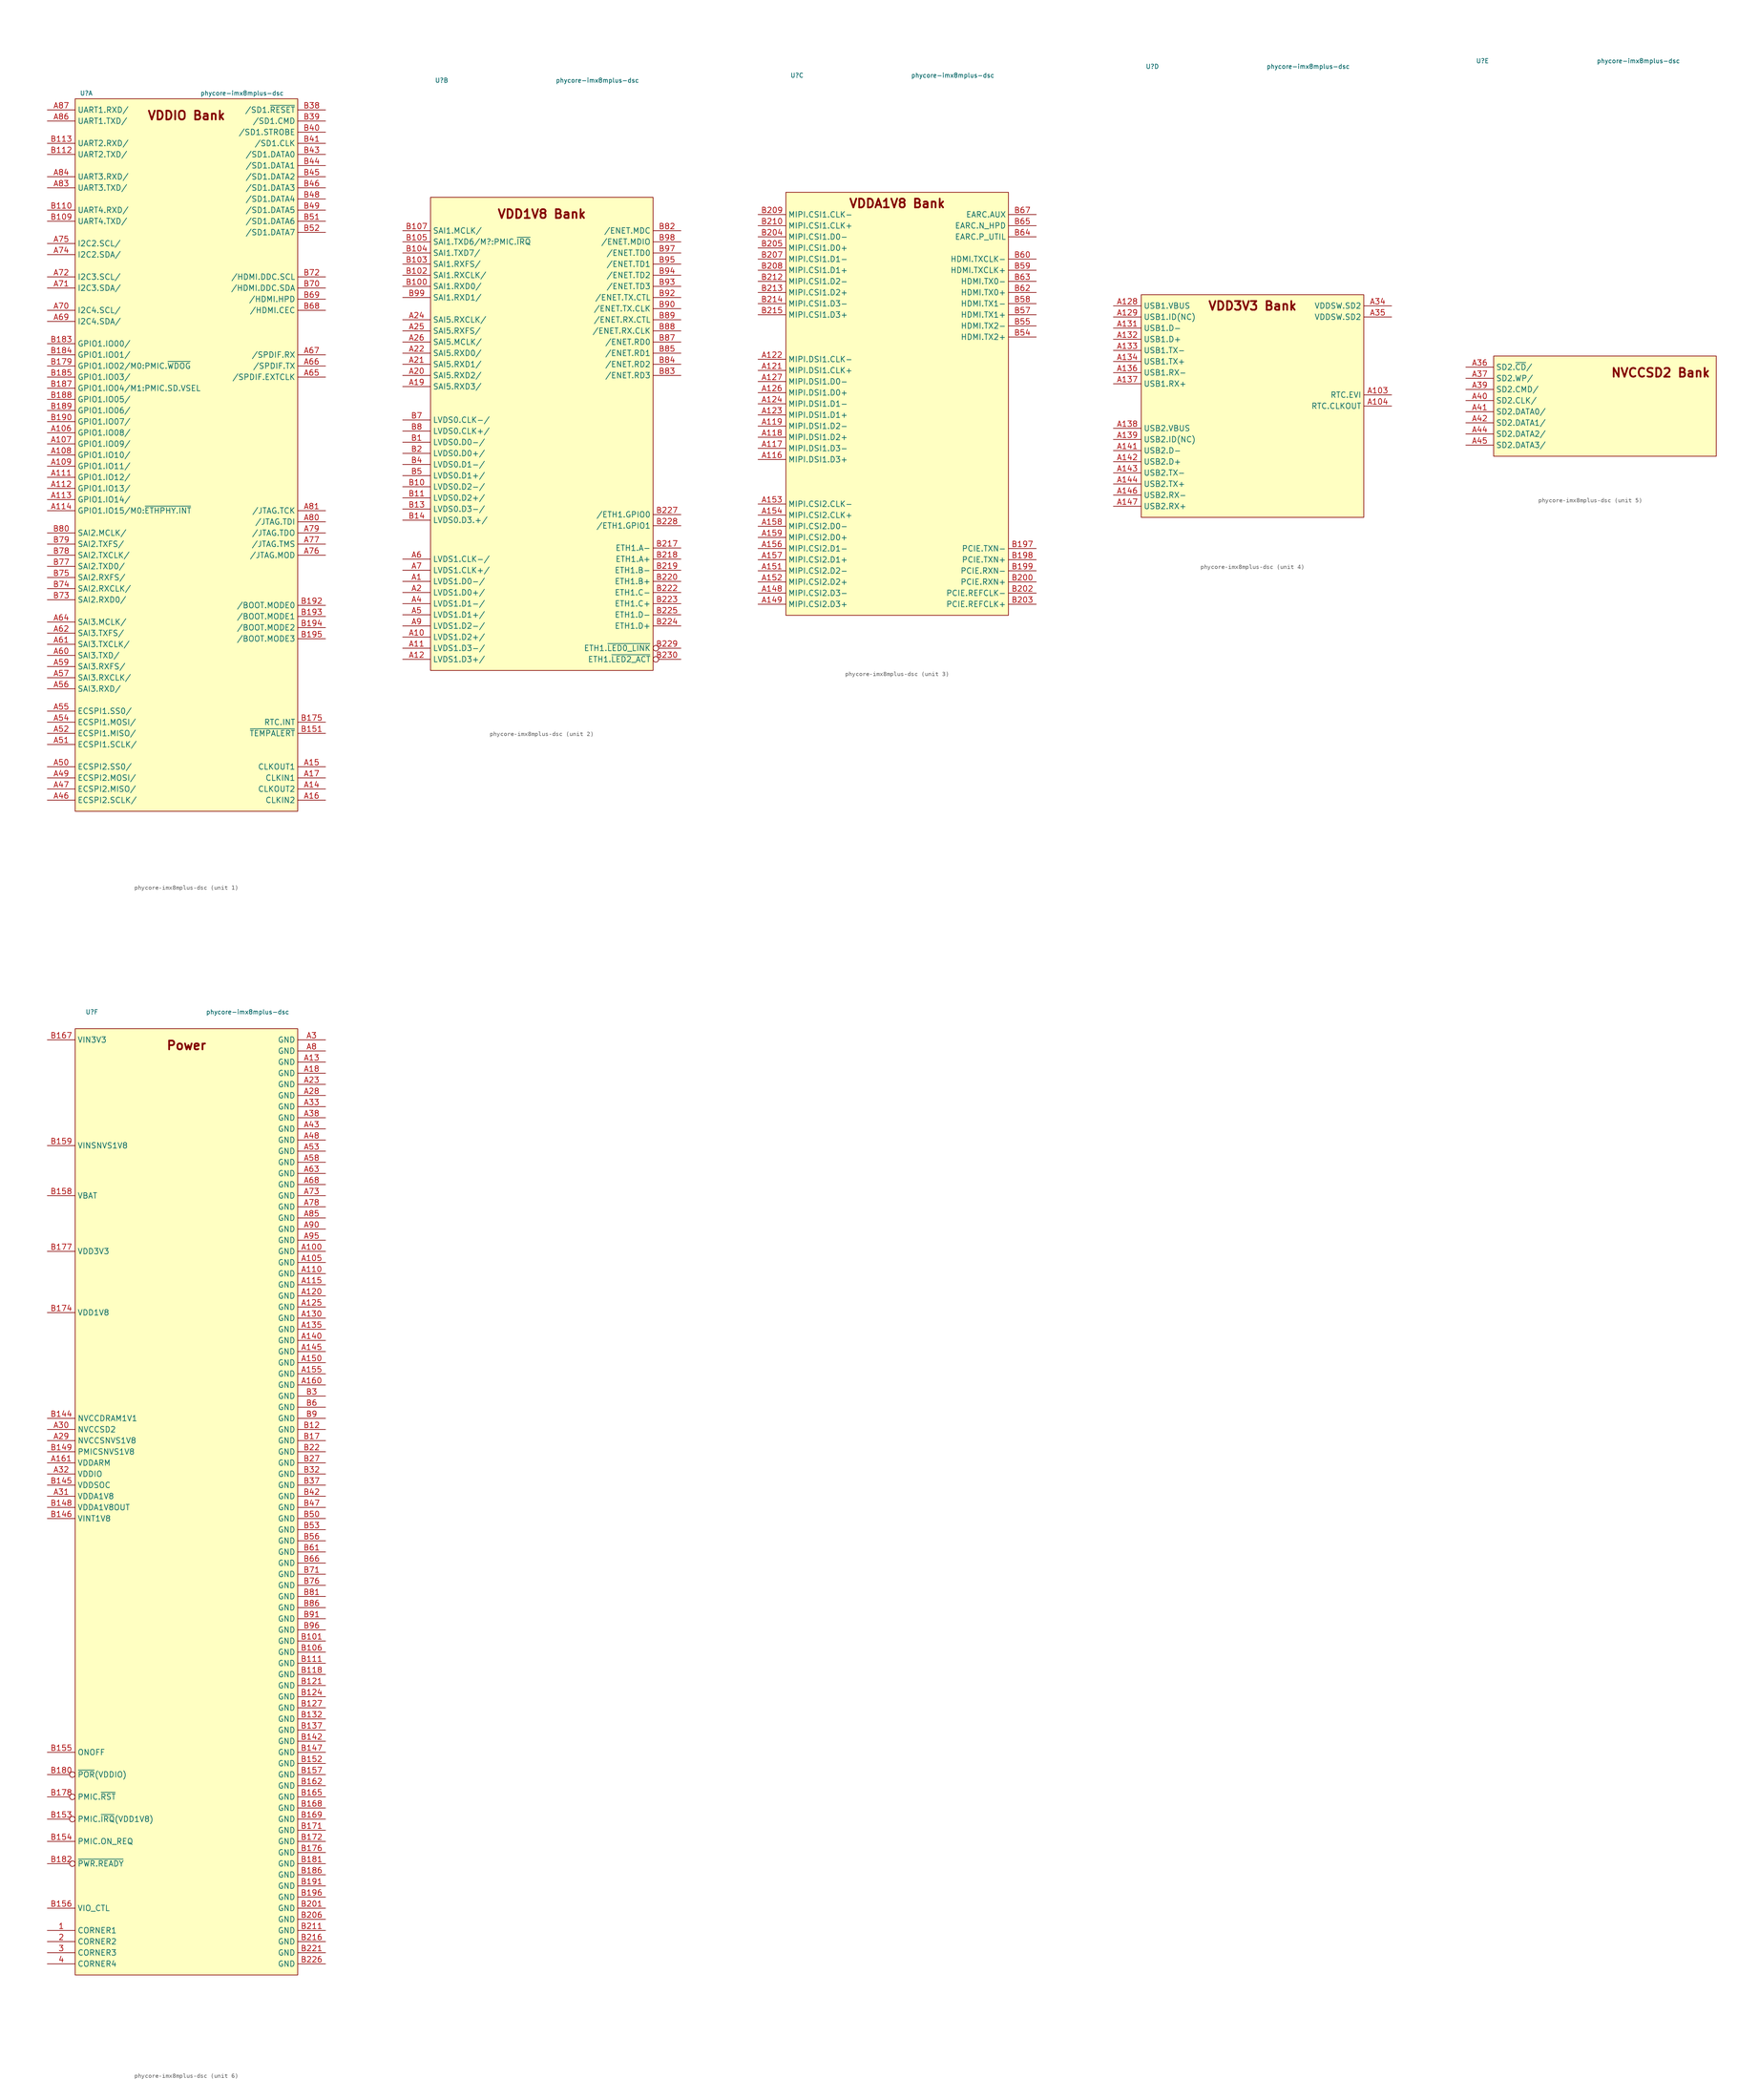
<source format=kicad_sym>
(kicad_symbol_lib
  (version 20231120)
  (generator "kicad_symbol_editor")
  (generator_version "8.0")
  (symbol "phycore-imx8mplus-dsc"
    (property "Reference" "U"
      (at -22.86 77.47 0)
      (effects (font (size 1 1))))
    (property "Value" "phycore-imx8mplus-dsc"
      (at 12.7 77.47 0)
      (effects (font (size 1 1))))
    (property "ki_locked" ""
      (at 0 0 0)
      (effects (font (size 1.27 1.27))))
    (symbol "phycore-imx8mplus-dsc_1_0"
      (rectangle (start -25.4 76.2) (end 25.4 -86.36) (stroke (width 0) (type default)) (fill (type background))))
    (symbol "phycore-imx8mplus-dsc_1_1"
      (text "VDDIO Bank" (at 0 72.39 0) (effects (font (size 2 2) (bold yes))))
      (pin bidirectional line (at -31.75 0 0) (length 6.35) (name "GPIO1.IO08/" (effects (font (size 1.27 1.27)))) (number "A106" (effects (font (size 1.27 1.27)))))
      (pin bidirectional line (at -31.75 -2.54 0) (length 6.35) (name "GPIO1.IO09/" (effects (font (size 1.27 1.27)))) (number "A107" (effects (font (size 1.27 1.27)))))
      (pin bidirectional line (at -31.75 -5.08 0) (length 6.35) (name "GPIO1.IO10/" (effects (font (size 1.27 1.27)))) (number "A108" (effects (font (size 1.27 1.27)))))
      (pin bidirectional line (at -31.75 -7.62 0) (length 6.35) (name "GPIO1.IO11/" (effects (font (size 1.27 1.27)))) (number "A109" (effects (font (size 1.27 1.27)))))
      (pin bidirectional line (at -31.75 -10.16 0) (length 6.35) (name "GPIO1.IO12/" (effects (font (size 1.27 1.27)))) (number "A111" (effects (font (size 1.27 1.27)))))
      (pin bidirectional line (at -31.75 -12.7 0) (length 6.35) (name "GPIO1.IO13/" (effects (font (size 1.27 1.27)))) (number "A112" (effects (font (size 1.27 1.27)))))
      (pin bidirectional line (at -31.75 -15.24 0) (length 6.35) (name "GPIO1.IO14/" (effects (font (size 1.27 1.27)))) (number "A113" (effects (font (size 1.27 1.27)))))
      (pin bidirectional line (at -31.75 -17.78 0) (length 6.35) (name "GPIO1.IO15/M0:~{ETHPHY.INT}" (effects (font (size 1.27 1.27)))) (number "A114" (effects (font (size 1.27 1.27)))))
      (pin bidirectional line (at 31.75 -81.28 180) (length 6.35) (name "CLKOUT2" (effects (font (size 1.27 1.27)))) (number "A14" (effects (font (size 1.27 1.27)))))
      (pin bidirectional line (at 31.75 -76.2 180) (length 6.35) (name "CLKOUT1" (effects (font (size 1.27 1.27)))) (number "A15" (effects (font (size 1.27 1.27)))))
      (pin bidirectional line (at 31.75 -83.82 180) (length 6.35) (name "CLKIN2" (effects (font (size 1.27 1.27)))) (number "A16" (effects (font (size 1.27 1.27)))))
      (pin bidirectional line (at 31.75 -78.74 180) (length 6.35) (name "CLKIN1" (effects (font (size 1.27 1.27)))) (number "A17" (effects (font (size 1.27 1.27)))))
      (pin bidirectional line (at -31.75 -83.82 0) (length 6.35) (name "ECSPI2.SCLK/" (effects (font (size 1.27 1.27)))) (number "A46" (effects (font (size 1.27 1.27)))))
      (pin bidirectional line (at -31.75 -81.28 0) (length 6.35) (name "ECSPI2.MISO/" (effects (font (size 1.27 1.27)))) (number "A47" (effects (font (size 1.27 1.27)))))
      (pin bidirectional line (at -31.75 -78.74 0) (length 6.35) (name "ECSPI2.MOSI/" (effects (font (size 1.27 1.27)))) (number "A49" (effects (font (size 1.27 1.27)))))
      (pin bidirectional line (at -31.75 -76.2 0) (length 6.35) (name "ECSPI2.SS0/" (effects (font (size 1.27 1.27)))) (number "A50" (effects (font (size 1.27 1.27)))))
      (pin bidirectional line (at -31.75 -71.12 0) (length 6.35) (name "ECSPI1.SCLK/" (effects (font (size 1.27 1.27)))) (number "A51" (effects (font (size 1.27 1.27)))))
      (pin bidirectional line (at -31.75 -68.58 0) (length 6.35) (name "ECSPI1.MISO/" (effects (font (size 1.27 1.27)))) (number "A52" (effects (font (size 1.27 1.27)))))
      (pin bidirectional line (at -31.75 -66.04 0) (length 6.35) (name "ECSPI1.MOSI/" (effects (font (size 1.27 1.27)))) (number "A54" (effects (font (size 1.27 1.27)))))
      (pin bidirectional line (at -31.75 -63.5 0) (length 6.35) (name "ECSPI1.SS0/" (effects (font (size 1.27 1.27)))) (number "A55" (effects (font (size 1.27 1.27)))))
      (pin bidirectional line (at -31.75 -58.42 0) (length 6.35) (name "SAI3.RXD/" (effects (font (size 1.27 1.27)))) (number "A56" (effects (font (size 1.27 1.27)))))
      (pin bidirectional line (at -31.75 -55.88 0) (length 6.35) (name "SAI3.RXCLK/" (effects (font (size 1.27 1.27)))) (number "A57" (effects (font (size 1.27 1.27)))))
      (pin bidirectional line (at -31.75 -53.34 0) (length 6.35) (name "SAI3.RXFS/" (effects (font (size 1.27 1.27)))) (number "A59" (effects (font (size 1.27 1.27)))))
      (pin bidirectional line (at -31.75 -50.8 0) (length 6.35) (name "SAI3.TXD/" (effects (font (size 1.27 1.27)))) (number "A60" (effects (font (size 1.27 1.27)))))
      (pin bidirectional line (at -31.75 -48.26 0) (length 6.35) (name "SAI3.TXCLK/" (effects (font (size 1.27 1.27)))) (number "A61" (effects (font (size 1.27 1.27)))))
      (pin bidirectional line (at -31.75 -45.72 0) (length 6.35) (name "SAI3.TXFS/" (effects (font (size 1.27 1.27)))) (number "A62" (effects (font (size 1.27 1.27)))))
      (pin bidirectional line (at -31.75 -43.18 0) (length 6.35) (name "SAI3.MCLK/" (effects (font (size 1.27 1.27)))) (number "A64" (effects (font (size 1.27 1.27)))))
      (pin bidirectional line (at 31.75 12.7 180) (length 6.35) (name "/SPDIF.EXTCLK" (effects (font (size 1.27 1.27)))) (number "A65" (effects (font (size 1.27 1.27)))))
      (pin bidirectional line (at 31.75 15.24 180) (length 6.35) (name "/SPDIF.TX" (effects (font (size 1.27 1.27)))) (number "A66" (effects (font (size 1.27 1.27)))))
      (pin bidirectional line (at 31.75 17.78 180) (length 6.35) (name "/SPDIF.RX" (effects (font (size 1.27 1.27)))) (number "A67" (effects (font (size 1.27 1.27)))))
      (pin bidirectional line (at -31.75 25.4 0) (length 6.35) (name "I2C4.SDA/" (effects (font (size 1.27 1.27)))) (number "A69" (effects (font (size 1.27 1.27)))))
      (pin bidirectional line (at -31.75 27.94 0) (length 6.35) (name "I2C4.SCL/" (effects (font (size 1.27 1.27)))) (number "A70" (effects (font (size 1.27 1.27)))))
      (pin bidirectional line (at -31.75 33.02 0) (length 6.35) (name "I2C3.SDA/" (effects (font (size 1.27 1.27)))) (number "A71" (effects (font (size 1.27 1.27)))))
      (pin bidirectional line (at -31.75 35.56 0) (length 6.35) (name "I2C3.SCL/" (effects (font (size 1.27 1.27)))) (number "A72" (effects (font (size 1.27 1.27)))))
      (pin bidirectional line (at -31.75 40.64 0) (length 6.35) (name "I2C2.SDA/" (effects (font (size 1.27 1.27)))) (number "A74" (effects (font (size 1.27 1.27)))))
      (pin bidirectional line (at -31.75 43.18 0) (length 6.35) (name "I2C2.SCL/" (effects (font (size 1.27 1.27)))) (number "A75" (effects (font (size 1.27 1.27)))))
      (pin input line (at 31.75 -27.94 180) (length 6.35) (name "/JTAG.MOD" (effects (font (size 1.27 1.27)))) (number "A76" (effects (font (size 1.27 1.27)))))
      (pin input line (at 31.75 -25.4 180) (length 6.35) (name "/JTAG.TMS" (effects (font (size 1.27 1.27)))) (number "A77" (effects (font (size 1.27 1.27)))))
      (pin output line (at 31.75 -22.86 180) (length 6.35) (name "/JTAG.TDO" (effects (font (size 1.27 1.27)))) (number "A79" (effects (font (size 1.27 1.27)))))
      (pin input line (at 31.75 -20.32 180) (length 6.35) (name "/JTAG.TDI" (effects (font (size 1.27 1.27)))) (number "A80" (effects (font (size 1.27 1.27)))))
      (pin input line (at 31.75 -17.78 180) (length 6.35) (name "/JTAG.TCK" (effects (font (size 1.27 1.27)))) (number "A81" (effects (font (size 1.27 1.27)))))
      (pin bidirectional line (at -31.75 55.88 0) (length 6.35) (name "UART3.TXD/" (effects (font (size 1.27 1.27)))) (number "A83" (effects (font (size 1.27 1.27)))))
      (pin bidirectional line (at -31.75 58.42 0) (length 6.35) (name "UART3.RXD/" (effects (font (size 1.27 1.27)))) (number "A84" (effects (font (size 1.27 1.27)))))
      (pin bidirectional line (at -31.75 71.12 0) (length 6.35) (name "UART1.TXD/" (effects (font (size 1.27 1.27)))) (number "A86" (effects (font (size 1.27 1.27)))))
      (pin bidirectional line (at -31.75 73.66 0) (length 6.35) (name "UART1.RXD/" (effects (font (size 1.27 1.27)))) (number "A87" (effects (font (size 1.27 1.27)))))
      (pin bidirectional line (at -31.75 48.26 0) (length 6.35) (name "UART4.TXD/" (effects (font (size 1.27 1.27)))) (number "B109" (effects (font (size 1.27 1.27)))))
      (pin bidirectional line (at -31.75 50.8 0) (length 6.35) (name "UART4.RXD/" (effects (font (size 1.27 1.27)))) (number "B110" (effects (font (size 1.27 1.27)))))
      (pin bidirectional line (at -31.75 63.5 0) (length 6.35) (name "UART2.TXD/" (effects (font (size 1.27 1.27)))) (number "B112" (effects (font (size 1.27 1.27)))))
      (pin bidirectional line (at -31.75 66.04 0) (length 6.35) (name "UART2.RXD/" (effects (font (size 1.27 1.27)))) (number "B113" (effects (font (size 1.27 1.27)))))
      (pin open_collector line (at 31.75 -68.58 180) (length 6.35) (name "~{TEMPALERT}" (effects (font (size 1.27 1.27)))) (number "B151" (effects (font (size 1.27 1.27)))))
      (pin open_collector line (at 31.75 -66.04 180) (length 6.35) (name "RTC.INT" (effects (font (size 1.27 1.27)))) (number "B175" (effects (font (size 1.27 1.27)))))
      (pin bidirectional line (at -31.75 15.24 0) (length 6.35) (name "GPIO1.IO02/M0:PMIC.~{WDOG}" (effects (font (size 1.27 1.27)))) (number "B179" (effects (font (size 1.27 1.27)))))
      (pin bidirectional line (at -31.75 20.32 0) (length 6.35) (name "GPIO1.IO00/" (effects (font (size 1.27 1.27)))) (number "B183" (effects (font (size 1.27 1.27)))))
      (pin bidirectional line (at -31.75 17.78 0) (length 6.35) (name "GPIO1.IO01/" (effects (font (size 1.27 1.27)))) (number "B184" (effects (font (size 1.27 1.27)))))
      (pin bidirectional line (at -31.75 12.7 0) (length 6.35) (name "GPIO1.IO03/" (effects (font (size 1.27 1.27)))) (number "B185" (effects (font (size 1.27 1.27)))))
      (pin bidirectional line (at -31.75 10.16 0) (length 6.35) (name "GPIO1.IO04/M1:PMIC.SD.VSEL" (effects (font (size 1.27 1.27)))) (number "B187" (effects (font (size 1.27 1.27)))))
      (pin bidirectional line (at -31.75 7.62 0) (length 6.35) (name "GPIO1.IO05/" (effects (font (size 1.27 1.27)))) (number "B188" (effects (font (size 1.27 1.27)))))
      (pin bidirectional line (at -31.75 5.08 0) (length 6.35) (name "GPIO1.IO06/" (effects (font (size 1.27 1.27)))) (number "B189" (effects (font (size 1.27 1.27)))))
      (pin bidirectional line (at -31.75 2.54 0) (length 6.35) (name "GPIO1.IO07/" (effects (font (size 1.27 1.27)))) (number "B190" (effects (font (size 1.27 1.27)))))
      (pin input line (at 31.75 -39.37 180) (length 6.35) (name "/BOOT.MODE0" (effects (font (size 1.27 1.27)))) (number "B192" (effects (font (size 1.27 1.27)))))
      (pin input line (at 31.75 -41.91 180) (length 6.35) (name "/BOOT.MODE1" (effects (font (size 1.27 1.27)))) (number "B193" (effects (font (size 1.27 1.27)))))
      (pin input line (at 31.75 -44.45 180) (length 6.35) (name "/BOOT.MODE2" (effects (font (size 1.27 1.27)))) (number "B194" (effects (font (size 1.27 1.27)))))
      (pin input line (at 31.75 -46.99 180) (length 6.35) (name "/BOOT.MODE3" (effects (font (size 1.27 1.27)))) (number "B195" (effects (font (size 1.27 1.27)))))
      (pin bidirectional line (at 31.75 73.66 180) (length 6.35) (name "/SD1.~{RESET}" (effects (font (size 1.27 1.27)))) (number "B38" (effects (font (size 1.27 1.27)))))
      (pin bidirectional line (at 31.75 71.12 180) (length 6.35) (name "/SD1.CMD" (effects (font (size 1.27 1.27)))) (number "B39" (effects (font (size 1.27 1.27)))))
      (pin bidirectional line (at 31.75 68.58 180) (length 6.35) (name "/SD1.STROBE" (effects (font (size 1.27 1.27)))) (number "B40" (effects (font (size 1.27 1.27)))))
      (pin bidirectional line (at 31.75 66.04 180) (length 6.35) (name "/SD1.CLK" (effects (font (size 1.27 1.27)))) (number "B41" (effects (font (size 1.27 1.27)))))
      (pin bidirectional line (at 31.75 63.5 180) (length 6.35) (name "/SD1.DATA0" (effects (font (size 1.27 1.27)))) (number "B43" (effects (font (size 1.27 1.27)))))
      (pin bidirectional line (at 31.75 60.96 180) (length 6.35) (name "/SD1.DATA1" (effects (font (size 1.27 1.27)))) (number "B44" (effects (font (size 1.27 1.27)))))
      (pin bidirectional line (at 31.75 58.42 180) (length 6.35) (name "/SD1.DATA2" (effects (font (size 1.27 1.27)))) (number "B45" (effects (font (size 1.27 1.27)))))
      (pin bidirectional line (at 31.75 55.88 180) (length 6.35) (name "/SD1.DATA3" (effects (font (size 1.27 1.27)))) (number "B46" (effects (font (size 1.27 1.27)))))
      (pin bidirectional line (at 31.75 53.34 180) (length 6.35) (name "/SD1.DATA4" (effects (font (size 1.27 1.27)))) (number "B48" (effects (font (size 1.27 1.27)))))
      (pin bidirectional line (at 31.75 50.8 180) (length 6.35) (name "/SD1.DATA5" (effects (font (size 1.27 1.27)))) (number "B49" (effects (font (size 1.27 1.27)))))
      (pin bidirectional line (at 31.75 48.26 180) (length 6.35) (name "/SD1.DATA6" (effects (font (size 1.27 1.27)))) (number "B51" (effects (font (size 1.27 1.27)))))
      (pin bidirectional line (at 31.75 45.72 180) (length 6.35) (name "/SD1.DATA7" (effects (font (size 1.27 1.27)))) (number "B52" (effects (font (size 1.27 1.27)))))
      (pin bidirectional line (at 31.75 27.94 180) (length 6.35) (name "/HDMI.CEC" (effects (font (size 1.27 1.27)))) (number "B68" (effects (font (size 1.27 1.27)))))
      (pin bidirectional line (at 31.75 30.48 180) (length 6.35) (name "/HDMI.HPD" (effects (font (size 1.27 1.27)))) (number "B69" (effects (font (size 1.27 1.27)))))
      (pin bidirectional line (at 31.75 33.02 180) (length 6.35) (name "/HDMI.DDC.SDA" (effects (font (size 1.27 1.27)))) (number "B70" (effects (font (size 1.27 1.27)))))
      (pin bidirectional line (at 31.75 35.56 180) (length 6.35) (name "/HDMI.DDC.SCL" (effects (font (size 1.27 1.27)))) (number "B72" (effects (font (size 1.27 1.27)))))
      (pin bidirectional line (at -31.75 -38.1 0) (length 6.35) (name "SAI2.RXD0/" (effects (font (size 1.27 1.27)))) (number "B73" (effects (font (size 1.27 1.27)))))
      (pin bidirectional line (at -31.75 -35.56 0) (length 6.35) (name "SAI2.RXCLK/" (effects (font (size 1.27 1.27)))) (number "B74" (effects (font (size 1.27 1.27)))))
      (pin bidirectional line (at -31.75 -33.02 0) (length 6.35) (name "SAI2.RXFS/" (effects (font (size 1.27 1.27)))) (number "B75" (effects (font (size 1.27 1.27)))))
      (pin bidirectional line (at -31.75 -30.48 0) (length 6.35) (name "SAI2.TXD0/" (effects (font (size 1.27 1.27)))) (number "B77" (effects (font (size 1.27 1.27)))))
      (pin bidirectional line (at -31.75 -27.94 0) (length 6.35) (name "SAI2.TXCLK/" (effects (font (size 1.27 1.27)))) (number "B78" (effects (font (size 1.27 1.27)))))
      (pin bidirectional line (at -31.75 -25.4 0) (length 6.35) (name "SAI2.TXFS/" (effects (font (size 1.27 1.27)))) (number "B79" (effects (font (size 1.27 1.27)))))
      (pin bidirectional line (at -31.75 -22.86 0) (length 6.35) (name "SAI2.MCLK/" (effects (font (size 1.27 1.27)))) (number "B80" (effects (font (size 1.27 1.27))))))
    (symbol "phycore-imx8mplus-dsc_2_0"
      (rectangle (start -25.4 50.8) (end 25.4 -57.15) (stroke (width 0) (type default)) (fill (type background))))
    (symbol "phycore-imx8mplus-dsc_2_1"
      (text "VDD1V8 Bank" (at 0 46.99 0) (effects (font (size 2 2) (bold yes))))
      (pin bidirectional line (at -31.75 -36.83 0) (length 6.35) (name "LVDS1.D0-/" (effects (font (size 1.27 1.27)))) (number "A1" (effects (font (size 1.27 1.27)))))
      (pin bidirectional line (at -31.75 -49.53 0) (length 6.35) (name "LVDS1.D2+/" (effects (font (size 1.27 1.27)))) (number "A10" (effects (font (size 1.27 1.27)))))
      (pin bidirectional line (at -31.75 -52.07 0) (length 6.35) (name "LVDS1.D3-/" (effects (font (size 1.27 1.27)))) (number "A11" (effects (font (size 1.27 1.27)))))
      (pin bidirectional line (at -31.75 -54.61 0) (length 6.35) (name "LVDS1.D3+/" (effects (font (size 1.27 1.27)))) (number "A12" (effects (font (size 1.27 1.27)))))
      (pin bidirectional line (at -31.75 7.62 0) (length 6.35) (name "SAI5.RXD3/" (effects (font (size 1.27 1.27)))) (number "A19" (effects (font (size 1.27 1.27)))))
      (pin bidirectional line (at -31.75 -39.37 0) (length 6.35) (name "LVDS1.D0+/" (effects (font (size 1.27 1.27)))) (number "A2" (effects (font (size 1.27 1.27)))))
      (pin bidirectional line (at -31.75 10.16 0) (length 6.35) (name "SAI5.RXD2/" (effects (font (size 1.27 1.27)))) (number "A20" (effects (font (size 1.27 1.27)))))
      (pin bidirectional line (at -31.75 12.7 0) (length 6.35) (name "SAI5.RXD1/" (effects (font (size 1.27 1.27)))) (number "A21" (effects (font (size 1.27 1.27)))))
      (pin bidirectional line (at -31.75 15.24 0) (length 6.35) (name "SAI5.RXD0/" (effects (font (size 1.27 1.27)))) (number "A22" (effects (font (size 1.27 1.27)))))
      (pin bidirectional line (at -31.75 22.86 0) (length 6.35) (name "SAI5.RXCLK/" (effects (font (size 1.27 1.27)))) (number "A24" (effects (font (size 1.27 1.27)))))
      (pin bidirectional line (at -31.75 20.32 0) (length 6.35) (name "SAI5.RXFS/" (effects (font (size 1.27 1.27)))) (number "A25" (effects (font (size 1.27 1.27)))))
      (pin bidirectional line (at -31.75 17.78 0) (length 6.35) (name "SAI5.MCLK/" (effects (font (size 1.27 1.27)))) (number "A26" (effects (font (size 1.27 1.27)))))
      (pin bidirectional line (at -31.75 -41.91 0) (length 6.35) (name "LVDS1.D1-/" (effects (font (size 1.27 1.27)))) (number "A4" (effects (font (size 1.27 1.27)))))
      (pin bidirectional line (at -31.75 -44.45 0) (length 6.35) (name "LVDS1.D1+/" (effects (font (size 1.27 1.27)))) (number "A5" (effects (font (size 1.27 1.27)))))
      (pin bidirectional line (at -31.75 -31.75 0) (length 6.35) (name "LVDS1.CLK-/" (effects (font (size 1.27 1.27)))) (number "A6" (effects (font (size 1.27 1.27)))))
      (pin bidirectional line (at -31.75 -34.29 0) (length 6.35) (name "LVDS1.CLK+/" (effects (font (size 1.27 1.27)))) (number "A7" (effects (font (size 1.27 1.27)))))
      (pin bidirectional line (at -31.75 -46.99 0) (length 6.35) (name "LVDS1.D2-/" (effects (font (size 1.27 1.27)))) (number "A9" (effects (font (size 1.27 1.27)))))
      (pin bidirectional line (at -31.75 -5.08 0) (length 6.35) (name "LVDS0.D0-/" (effects (font (size 1.27 1.27)))) (number "B1" (effects (font (size 1.27 1.27)))))
      (pin bidirectional line (at -31.75 -15.24 0) (length 6.35) (name "LVDS0.D2-/" (effects (font (size 1.27 1.27)))) (number "B10" (effects (font (size 1.27 1.27)))))
      (pin bidirectional line (at -31.75 30.48 0) (length 6.35) (name "SAI1.RXD0/" (effects (font (size 1.27 1.27)))) (number "B100" (effects (font (size 1.27 1.27)))))
      (pin bidirectional line (at -31.75 33.02 0) (length 6.35) (name "SAI1.RXCLK/" (effects (font (size 1.27 1.27)))) (number "B102" (effects (font (size 1.27 1.27)))))
      (pin bidirectional line (at -31.75 35.56 0) (length 6.35) (name "SAI1.RXFS/" (effects (font (size 1.27 1.27)))) (number "B103" (effects (font (size 1.27 1.27)))))
      (pin bidirectional line (at -31.75 38.1 0) (length 6.35) (name "SAI1.TXD7/" (effects (font (size 1.27 1.27)))) (number "B104" (effects (font (size 1.27 1.27)))))
      (pin bidirectional line (at -31.75 40.64 0) (length 6.35) (name "SAI1.TXD6/M?:PMIC.~{IRQ}" (effects (font (size 1.27 1.27)))) (number "B105" (effects (font (size 1.27 1.27)))))
      (pin bidirectional line (at -31.75 43.18 0) (length 6.35) (name "SAI1.MCLK/" (effects (font (size 1.27 1.27)))) (number "B107" (effects (font (size 1.27 1.27)))))
      (pin bidirectional line (at -31.75 -17.78 0) (length 6.35) (name "LVDS0.D2+/" (effects (font (size 1.27 1.27)))) (number "B11" (effects (font (size 1.27 1.27)))))
      (pin bidirectional line (at -31.75 -20.32 0) (length 6.35) (name "LVDS0.D3-/" (effects (font (size 1.27 1.27)))) (number "B13" (effects (font (size 1.27 1.27)))))
      (pin bidirectional line (at -31.75 -22.86 0) (length 6.35) (name "LVDS0.D3.+/" (effects (font (size 1.27 1.27)))) (number "B14" (effects (font (size 1.27 1.27)))))
      (pin bidirectional line (at -31.75 -7.62 0) (length 6.35) (name "LVDS0.D0+/" (effects (font (size 1.27 1.27)))) (number "B2" (effects (font (size 1.27 1.27)))))
      (pin passive line (at 31.75 -29.21 180) (length 6.35) (name "ETH1.A-" (effects (font (size 1.27 1.27)))) (number "B217" (effects (font (size 1.27 1.27)))))
      (pin passive line (at 31.75 -31.75 180) (length 6.35) (name "ETH1.A+" (effects (font (size 1.27 1.27)))) (number "B218" (effects (font (size 1.27 1.27)))))
      (pin passive line (at 31.75 -34.29 180) (length 6.35) (name "ETH1.B-" (effects (font (size 1.27 1.27)))) (number "B219" (effects (font (size 1.27 1.27)))))
      (pin passive line (at 31.75 -36.83 180) (length 6.35) (name "ETH1.B+" (effects (font (size 1.27 1.27)))) (number "B220" (effects (font (size 1.27 1.27)))))
      (pin passive line (at 31.75 -39.37 180) (length 6.35) (name "ETH1.C-" (effects (font (size 1.27 1.27)))) (number "B222" (effects (font (size 1.27 1.27)))))
      (pin passive line (at 31.75 -41.91 180) (length 6.35) (name "ETH1.C+" (effects (font (size 1.27 1.27)))) (number "B223" (effects (font (size 1.27 1.27)))))
      (pin passive line (at 31.75 -46.99 180) (length 6.35) (name "ETH1.D+" (effects (font (size 1.27 1.27)))) (number "B224" (effects (font (size 1.27 1.27)))))
      (pin passive line (at 31.75 -44.45 180) (length 6.35) (name "ETH1.D-" (effects (font (size 1.27 1.27)))) (number "B225" (effects (font (size 1.27 1.27)))))
      (pin bidirectional line (at 31.75 -21.59 180) (length 6.35) (name "/ETH1.GPIO0" (effects (font (size 1.27 1.27)))) (number "B227" (effects (font (size 1.27 1.27)))))
      (pin bidirectional line (at 31.75 -24.13 180) (length 6.35) (name "/ETH1.GPIO1" (effects (font (size 1.27 1.27)))) (number "B228" (effects (font (size 1.27 1.27)))))
      (pin open_collector inverted (at 31.75 -52.07 180) (length 6.35) (name "ETH1.~{LED0_LINK}" (effects (font (size 1.27 1.27)))) (number "B229" (effects (font (size 1.27 1.27)))))
      (pin open_collector inverted (at 31.75 -54.61 180) (length 6.35) (name "ETH1.~{LED2_ACT}" (effects (font (size 1.27 1.27)))) (number "B230" (effects (font (size 1.27 1.27)))))
      (pin bidirectional line (at -31.75 -10.16 0) (length 6.35) (name "LVDS0.D1-/" (effects (font (size 1.27 1.27)))) (number "B4" (effects (font (size 1.27 1.27)))))
      (pin bidirectional line (at -31.75 -12.7 0) (length 6.35) (name "LVDS0.D1+/" (effects (font (size 1.27 1.27)))) (number "B5" (effects (font (size 1.27 1.27)))))
      (pin bidirectional line (at -31.75 0 0) (length 6.35) (name "LVDS0.CLK-/" (effects (font (size 1.27 1.27)))) (number "B7" (effects (font (size 1.27 1.27)))))
      (pin bidirectional line (at -31.75 -2.54 0) (length 6.35) (name "LVDS0.CLK+/" (effects (font (size 1.27 1.27)))) (number "B8" (effects (font (size 1.27 1.27)))))
      (pin bidirectional line (at 31.75 43.18 180) (length 6.35) (name "/ENET.MDC" (effects (font (size 1.27 1.27)))) (number "B82" (effects (font (size 1.27 1.27)))))
      (pin bidirectional line (at 31.75 10.16 180) (length 6.35) (name "/ENET.RD3" (effects (font (size 1.27 1.27)))) (number "B83" (effects (font (size 1.27 1.27)))))
      (pin bidirectional line (at 31.75 12.7 180) (length 6.35) (name "/ENET.RD2" (effects (font (size 1.27 1.27)))) (number "B84" (effects (font (size 1.27 1.27)))))
      (pin bidirectional line (at 31.75 15.24 180) (length 6.35) (name "/ENET.RD1" (effects (font (size 1.27 1.27)))) (number "B85" (effects (font (size 1.27 1.27)))))
      (pin bidirectional line (at 31.75 17.78 180) (length 6.35) (name "/ENET.RD0" (effects (font (size 1.27 1.27)))) (number "B87" (effects (font (size 1.27 1.27)))))
      (pin bidirectional line (at 31.75 20.32 180) (length 6.35) (name "/ENET.RX.CLK" (effects (font (size 1.27 1.27)))) (number "B88" (effects (font (size 1.27 1.27)))))
      (pin bidirectional line (at 31.75 22.86 180) (length 6.35) (name "/ENET.RX.CTL" (effects (font (size 1.27 1.27)))) (number "B89" (effects (font (size 1.27 1.27)))))
      (pin bidirectional line (at 31.75 25.4 180) (length 6.35) (name "/ENET.TX.CLK" (effects (font (size 1.27 1.27)))) (number "B90" (effects (font (size 1.27 1.27)))))
      (pin bidirectional line (at 31.75 27.94 180) (length 6.35) (name "/ENET.TX.CTL" (effects (font (size 1.27 1.27)))) (number "B92" (effects (font (size 1.27 1.27)))))
      (pin bidirectional line (at 31.75 30.48 180) (length 6.35) (name "/ENET.TD3" (effects (font (size 1.27 1.27)))) (number "B93" (effects (font (size 1.27 1.27)))))
      (pin bidirectional line (at 31.75 33.02 180) (length 6.35) (name "/ENET.TD2" (effects (font (size 1.27 1.27)))) (number "B94" (effects (font (size 1.27 1.27)))))
      (pin bidirectional line (at 31.75 35.56 180) (length 6.35) (name "/ENET.TD1" (effects (font (size 1.27 1.27)))) (number "B95" (effects (font (size 1.27 1.27)))))
      (pin bidirectional line (at 31.75 38.1 180) (length 6.35) (name "/ENET.TD0" (effects (font (size 1.27 1.27)))) (number "B97" (effects (font (size 1.27 1.27)))))
      (pin bidirectional line (at 31.75 40.64 180) (length 6.35) (name "/ENET.MDIO" (effects (font (size 1.27 1.27)))) (number "B98" (effects (font (size 1.27 1.27)))))
      (pin bidirectional line (at -31.75 27.94 0) (length 6.35) (name "SAI1.RXD1/" (effects (font (size 1.27 1.27)))) (number "B99" (effects (font (size 1.27 1.27))))))
    (symbol "phycore-imx8mplus-dsc_3_0"
      (rectangle (start -25.4 50.8) (end 25.4 -45.72) (stroke (width 0) (type default)) (fill (type background))))
    (symbol "phycore-imx8mplus-dsc_3_1"
      (text "VDDA1V8 Bank" (at 0 48.26 0) (effects (font (size 2 2) (bold yes))))
      (pin bidirectional line (at -31.75 -10.16 0) (length 6.35) (name "MIPI.DSI1.D3+" (effects (font (size 1.27 1.27)))) (number "A116" (effects (font (size 1.27 1.27)))))
      (pin bidirectional line (at -31.75 -7.62 0) (length 6.35) (name "MIPI.DSI1.D3-" (effects (font (size 1.27 1.27)))) (number "A117" (effects (font (size 1.27 1.27)))))
      (pin bidirectional line (at -31.75 -5.08 0) (length 6.35) (name "MIPI.DSI1.D2+" (effects (font (size 1.27 1.27)))) (number "A118" (effects (font (size 1.27 1.27)))))
      (pin bidirectional line (at -31.75 -2.54 0) (length 6.35) (name "MIPI.DSI1.D2-" (effects (font (size 1.27 1.27)))) (number "A119" (effects (font (size 1.27 1.27)))))
      (pin bidirectional line (at -31.75 10.16 0) (length 6.35) (name "MIPI.DSI1.CLK+" (effects (font (size 1.27 1.27)))) (number "A121" (effects (font (size 1.27 1.27)))))
      (pin bidirectional line (at -31.75 12.7 0) (length 6.35) (name "MIPI.DSI1.CLK-" (effects (font (size 1.27 1.27)))) (number "A122" (effects (font (size 1.27 1.27)))))
      (pin bidirectional line (at -31.75 0 0) (length 6.35) (name "MIPI.DSI1.D1+" (effects (font (size 1.27 1.27)))) (number "A123" (effects (font (size 1.27 1.27)))))
      (pin bidirectional line (at -31.75 2.54 0) (length 6.35) (name "MIPI.DSI1.D1-" (effects (font (size 1.27 1.27)))) (number "A124" (effects (font (size 1.27 1.27)))))
      (pin bidirectional line (at -31.75 5.08 0) (length 6.35) (name "MIPI.DSI1.D0+" (effects (font (size 1.27 1.27)))) (number "A126" (effects (font (size 1.27 1.27)))))
      (pin bidirectional line (at -31.75 7.62 0) (length 6.35) (name "MIPI.DSI1.D0-" (effects (font (size 1.27 1.27)))) (number "A127" (effects (font (size 1.27 1.27)))))
      (pin bidirectional line (at -31.75 -40.64 0) (length 6.35) (name "MIPI.CSI2.D3-" (effects (font (size 1.27 1.27)))) (number "A148" (effects (font (size 1.27 1.27)))))
      (pin bidirectional line (at -31.75 -43.18 0) (length 6.35) (name "MIPI.CSI2.D3+" (effects (font (size 1.27 1.27)))) (number "A149" (effects (font (size 1.27 1.27)))))
      (pin bidirectional line (at -31.75 -35.56 0) (length 6.35) (name "MIPI.CSI2.D2-" (effects (font (size 1.27 1.27)))) (number "A151" (effects (font (size 1.27 1.27)))))
      (pin bidirectional line (at -31.75 -38.1 0) (length 6.35) (name "MIPI.CSI2.D2+" (effects (font (size 1.27 1.27)))) (number "A152" (effects (font (size 1.27 1.27)))))
      (pin bidirectional line (at -31.75 -20.32 0) (length 6.35) (name "MIPI.CSI2.CLK-" (effects (font (size 1.27 1.27)))) (number "A153" (effects (font (size 1.27 1.27)))))
      (pin bidirectional line (at -31.75 -22.86 0) (length 6.35) (name "MIPI.CSI2.CLK+" (effects (font (size 1.27 1.27)))) (number "A154" (effects (font (size 1.27 1.27)))))
      (pin bidirectional line (at -31.75 -30.48 0) (length 6.35) (name "MIPI.CSI2.D1-" (effects (font (size 1.27 1.27)))) (number "A156" (effects (font (size 1.27 1.27)))))
      (pin bidirectional line (at -31.75 -33.02 0) (length 6.35) (name "MIPI.CSI2.D1+" (effects (font (size 1.27 1.27)))) (number "A157" (effects (font (size 1.27 1.27)))))
      (pin bidirectional line (at -31.75 -25.4 0) (length 6.35) (name "MIPI.CSI2.D0-" (effects (font (size 1.27 1.27)))) (number "A158" (effects (font (size 1.27 1.27)))))
      (pin bidirectional line (at -31.75 -27.94 0) (length 6.35) (name "MIPI.CSI2.D0+" (effects (font (size 1.27 1.27)))) (number "A159" (effects (font (size 1.27 1.27)))))
      (pin bidirectional line (at 31.75 -30.48 180) (length 6.35) (name "PCIE.TXN-" (effects (font (size 1.27 1.27)))) (number "B197" (effects (font (size 1.27 1.27)))))
      (pin bidirectional line (at 31.75 -33.02 180) (length 6.35) (name "PCIE.TXN+" (effects (font (size 1.27 1.27)))) (number "B198" (effects (font (size 1.27 1.27)))))
      (pin bidirectional line (at 31.75 -35.56 180) (length 6.35) (name "PCIE.RXN-" (effects (font (size 1.27 1.27)))) (number "B199" (effects (font (size 1.27 1.27)))))
      (pin bidirectional line (at 31.75 -38.1 180) (length 6.35) (name "PCIE.RXN+" (effects (font (size 1.27 1.27)))) (number "B200" (effects (font (size 1.27 1.27)))))
      (pin bidirectional line (at 31.75 -40.64 180) (length 6.35) (name "PCIE.REFCLK-" (effects (font (size 1.27 1.27)))) (number "B202" (effects (font (size 1.27 1.27)))))
      (pin bidirectional line (at 31.75 -43.18 180) (length 6.35) (name "PCIE.REFCLK+" (effects (font (size 1.27 1.27)))) (number "B203" (effects (font (size 1.27 1.27)))))
      (pin bidirectional line (at -31.75 40.64 0) (length 6.35) (name "MIPI.CSI1.D0-" (effects (font (size 1.27 1.27)))) (number "B204" (effects (font (size 1.27 1.27)))))
      (pin bidirectional line (at -31.75 38.1 0) (length 6.35) (name "MIPI.CSI1.D0+" (effects (font (size 1.27 1.27)))) (number "B205" (effects (font (size 1.27 1.27)))))
      (pin bidirectional line (at -31.75 35.56 0) (length 6.35) (name "MIPI.CSI1.D1-" (effects (font (size 1.27 1.27)))) (number "B207" (effects (font (size 1.27 1.27)))))
      (pin bidirectional line (at -31.75 33.02 0) (length 6.35) (name "MIPI.CSI1.D1+" (effects (font (size 1.27 1.27)))) (number "B208" (effects (font (size 1.27 1.27)))))
      (pin bidirectional line (at -31.75 45.72 0) (length 6.35) (name "MIPI.CSI1.CLK-" (effects (font (size 1.27 1.27)))) (number "B209" (effects (font (size 1.27 1.27)))))
      (pin bidirectional line (at -31.75 43.18 0) (length 6.35) (name "MIPI.CSI1.CLK+" (effects (font (size 1.27 1.27)))) (number "B210" (effects (font (size 1.27 1.27)))))
      (pin bidirectional line (at -31.75 30.48 0) (length 6.35) (name "MIPI.CSI1.D2-" (effects (font (size 1.27 1.27)))) (number "B212" (effects (font (size 1.27 1.27)))))
      (pin bidirectional line (at -31.75 27.94 0) (length 6.35) (name "MIPI.CSI1.D2+" (effects (font (size 1.27 1.27)))) (number "B213" (effects (font (size 1.27 1.27)))))
      (pin bidirectional line (at -31.75 25.4 0) (length 6.35) (name "MIPI.CSI1.D3-" (effects (font (size 1.27 1.27)))) (number "B214" (effects (font (size 1.27 1.27)))))
      (pin bidirectional line (at -31.75 22.86 0) (length 6.35) (name "MIPI.CSI1.D3+" (effects (font (size 1.27 1.27)))) (number "B215" (effects (font (size 1.27 1.27)))))
      (pin bidirectional line (at 31.75 17.78 180) (length 6.35) (name "HDMI.TX2+" (effects (font (size 1.27 1.27)))) (number "B54" (effects (font (size 1.27 1.27)))))
      (pin bidirectional line (at 31.75 20.32 180) (length 6.35) (name "HDMI.TX2-" (effects (font (size 1.27 1.27)))) (number "B55" (effects (font (size 1.27 1.27)))))
      (pin bidirectional line (at 31.75 22.86 180) (length 6.35) (name "HDMI.TX1+" (effects (font (size 1.27 1.27)))) (number "B57" (effects (font (size 1.27 1.27)))))
      (pin bidirectional line (at 31.75 25.4 180) (length 6.35) (name "HDMI.TX1-" (effects (font (size 1.27 1.27)))) (number "B58" (effects (font (size 1.27 1.27)))))
      (pin bidirectional line (at 31.75 33.02 180) (length 6.35) (name "HDMI.TXCLK+" (effects (font (size 1.27 1.27)))) (number "B59" (effects (font (size 1.27 1.27)))))
      (pin bidirectional line (at 31.75 35.56 180) (length 6.35) (name "HDMI.TXCLK-" (effects (font (size 1.27 1.27)))) (number "B60" (effects (font (size 1.27 1.27)))))
      (pin bidirectional line (at 31.75 27.94 180) (length 6.35) (name "HDMI.TX0+" (effects (font (size 1.27 1.27)))) (number "B62" (effects (font (size 1.27 1.27)))))
      (pin bidirectional line (at 31.75 30.48 180) (length 6.35) (name "HDMI.TX0-" (effects (font (size 1.27 1.27)))) (number "B63" (effects (font (size 1.27 1.27)))))
      (pin bidirectional line (at 31.75 40.64 180) (length 6.35) (name "EARC.P_UTIL" (effects (font (size 1.27 1.27)))) (number "B64" (effects (font (size 1.27 1.27)))))
      (pin bidirectional line (at 31.75 43.18 180) (length 6.35) (name "EARC.N_HPD" (effects (font (size 1.27 1.27)))) (number "B65" (effects (font (size 1.27 1.27)))))
      (pin bidirectional line (at 31.75 45.72 180) (length 6.35) (name "EARC.AUX" (effects (font (size 1.27 1.27)))) (number "B67" (effects (font (size 1.27 1.27))))))
    (symbol "phycore-imx8mplus-dsc_4_0"
      (rectangle (start -25.4 25.4) (end 25.4 -25.4) (stroke (width 0) (type default)) (fill (type background))))
    (symbol "phycore-imx8mplus-dsc_4_1"
      (text "VDD3V3 Bank" (at 0 22.86 0) (effects (font (size 2 2) (bold yes))))
      (pin input line (at 31.75 2.54 180) (length 6.35) (name "RTC.EVI" (effects (font (size 1.27 1.27)))) (number "A103" (effects (font (size 1.27 1.27)))))
      (pin output line (at 31.75 0 180) (length 6.35) (name "RTC.CLKOUT" (effects (font (size 1.27 1.27)))) (number "A104" (effects (font (size 1.27 1.27)))))
      (pin input line (at -31.75 22.86 0) (length 6.35) (name "USB1.VBUS" (effects (font (size 1.27 1.27)))) (number "A128" (effects (font (size 1.27 1.27)))))
      (pin bidirectional line (at -31.75 20.32 0) (length 6.35) (name "USB1.ID(NC)" (effects (font (size 1.27 1.27)))) (number "A129" (effects (font (size 1.27 1.27)))))
      (pin bidirectional line (at -31.75 17.78 0) (length 6.35) (name "USB1.D-" (effects (font (size 1.27 1.27)))) (number "A131" (effects (font (size 1.27 1.27)))))
      (pin bidirectional line (at -31.75 15.24 0) (length 6.35) (name "USB1.D+" (effects (font (size 1.27 1.27)))) (number "A132" (effects (font (size 1.27 1.27)))))
      (pin bidirectional line (at -31.75 12.7 0) (length 6.35) (name "USB1.TX-" (effects (font (size 1.27 1.27)))) (number "A133" (effects (font (size 1.27 1.27)))))
      (pin bidirectional line (at -31.75 10.16 0) (length 6.35) (name "USB1.TX+" (effects (font (size 1.27 1.27)))) (number "A134" (effects (font (size 1.27 1.27)))))
      (pin bidirectional line (at -31.75 7.62 0) (length 6.35) (name "USB1.RX-" (effects (font (size 1.27 1.27)))) (number "A136" (effects (font (size 1.27 1.27)))))
      (pin bidirectional line (at -31.75 5.08 0) (length 6.35) (name "USB1.RX+" (effects (font (size 1.27 1.27)))) (number "A137" (effects (font (size 1.27 1.27)))))
      (pin input line (at -31.75 -5.08 0) (length 6.35) (name "USB2.VBUS" (effects (font (size 1.27 1.27)))) (number "A138" (effects (font (size 1.27 1.27)))))
      (pin bidirectional line (at -31.75 -7.62 0) (length 6.35) (name "USB2.ID(NC)" (effects (font (size 1.27 1.27)))) (number "A139" (effects (font (size 1.27 1.27)))))
      (pin bidirectional line (at -31.75 -10.16 0) (length 6.35) (name "USB2.D-" (effects (font (size 1.27 1.27)))) (number "A141" (effects (font (size 1.27 1.27)))))
      (pin bidirectional line (at -31.75 -12.7 0) (length 6.35) (name "USB2.D+" (effects (font (size 1.27 1.27)))) (number "A142" (effects (font (size 1.27 1.27)))))
      (pin bidirectional line (at -31.75 -15.24 0) (length 6.35) (name "USB2.TX-" (effects (font (size 1.27 1.27)))) (number "A143" (effects (font (size 1.27 1.27)))))
      (pin bidirectional line (at -31.75 -17.78 0) (length 6.35) (name "USB2.TX+" (effects (font (size 1.27 1.27)))) (number "A144" (effects (font (size 1.27 1.27)))))
      (pin bidirectional line (at -31.75 -20.32 0) (length 6.35) (name "USB2.RX-" (effects (font (size 1.27 1.27)))) (number "A146" (effects (font (size 1.27 1.27)))))
      (pin bidirectional line (at -31.75 -22.86 0) (length 6.35) (name "USB2.RX+" (effects (font (size 1.27 1.27)))) (number "A147" (effects (font (size 1.27 1.27)))))
      (pin power_out line (at 31.75 22.86 180) (length 6.35) (name "VDDSW.SD2" (effects (font (size 1.27 1.27)))) (number "A34" (effects (font (size 1.27 1.27)))))
      (pin power_out line (at 31.75 20.32 180) (length 6.35) (name "VDDSW.SD2" (effects (font (size 1.27 1.27)))) (number "A35" (effects (font (size 1.27 1.27))))))
    (symbol "phycore-imx8mplus-dsc_5_0"
      (rectangle (start -20.32 10.16) (end 30.48 -12.7) (stroke (width 0) (type default)) (fill (type background))))
    (symbol "phycore-imx8mplus-dsc_5_1"
      (text "NVCCSD2 Bank" (at 17.78 6.35 0) (effects (font (size 2 2) (bold yes))))
      (pin bidirectional line (at -26.67 7.62 0) (length 6.35) (name "SD2.~{CD}/" (effects (font (size 1.27 1.27)))) (number "A36" (effects (font (size 1.27 1.27)))))
      (pin bidirectional line (at -26.67 5.08 0) (length 6.35) (name "SD2.WP/" (effects (font (size 1.27 1.27)))) (number "A37" (effects (font (size 1.27 1.27)))))
      (pin bidirectional line (at -26.67 2.54 0) (length 6.35) (name "SD2.CMD/" (effects (font (size 1.27 1.27)))) (number "A39" (effects (font (size 1.27 1.27)))))
      (pin bidirectional line (at -26.67 0 0) (length 6.35) (name "SD2.CLK/" (effects (font (size 1.27 1.27)))) (number "A40" (effects (font (size 1.27 1.27)))))
      (pin bidirectional line (at -26.67 -2.54 0) (length 6.35) (name "SD2.DATA0/" (effects (font (size 1.27 1.27)))) (number "A41" (effects (font (size 1.27 1.27)))))
      (pin bidirectional line (at -26.67 -5.08 0) (length 6.35) (name "SD2.DATA1/" (effects (font (size 1.27 1.27)))) (number "A42" (effects (font (size 1.27 1.27)))))
      (pin bidirectional line (at -26.67 -7.62 0) (length 6.35) (name "SD2.DATA2/" (effects (font (size 1.27 1.27)))) (number "A44" (effects (font (size 1.27 1.27)))))
      (pin bidirectional line (at -26.67 -10.16 0) (length 6.35) (name "SD2.DATA3/" (effects (font (size 1.27 1.27)))) (number "A45" (effects (font (size 1.27 1.27))))))
    (symbol "phycore-imx8mplus-dsc_6_0"
      (rectangle (start -26.67 73.66) (end 24.13 -142.24) (stroke (width 0) (type default)) (fill (type background))))
    (symbol "phycore-imx8mplus-dsc_6_1"
      (text "Power" (at -1.27 69.85 0) (effects (font (size 2 2) (bold yes))))
      (pin unspecified line (at -33.02 -132.08 0) (length 6.35) (name "CORNER1" (effects (font (size 1.27 1.27)))) (number "1" (effects (font (size 1.27 1.27)))))
      (pin unspecified line (at -33.02 -134.62 0) (length 6.35) (name "CORNER2" (effects (font (size 1.27 1.27)))) (number "2" (effects (font (size 1.27 1.27)))))
      (pin unspecified line (at -33.02 -137.16 0) (length 6.35) (name "CORNER3" (effects (font (size 1.27 1.27)))) (number "3" (effects (font (size 1.27 1.27)))))
      (pin unspecified line (at -33.02 -139.7 0) (length 6.35) (name "CORNER4" (effects (font (size 1.27 1.27)))) (number "4" (effects (font (size 1.27 1.27)))))
      (pin power_in line (at 30.48 22.86 180) (length 6.35) (name "GND" (effects (font (size 1.27 1.27)))) (number "A100" (effects (font (size 1.27 1.27)))))
      (pin power_in line (at 30.48 20.32 180) (length 6.35) (name "GND" (effects (font (size 1.27 1.27)))) (number "A105" (effects (font (size 1.27 1.27)))))
      (pin power_in line (at 30.48 17.78 180) (length 6.35) (name "GND" (effects (font (size 1.27 1.27)))) (number "A110" (effects (font (size 1.27 1.27)))))
      (pin power_in line (at 30.48 15.24 180) (length 6.35) (name "GND" (effects (font (size 1.27 1.27)))) (number "A115" (effects (font (size 1.27 1.27)))))
      (pin power_in line (at 30.48 12.7 180) (length 6.35) (name "GND" (effects (font (size 1.27 1.27)))) (number "A120" (effects (font (size 1.27 1.27)))))
      (pin power_in line (at 30.48 10.16 180) (length 6.35) (name "GND" (effects (font (size 1.27 1.27)))) (number "A125" (effects (font (size 1.27 1.27)))))
      (pin power_in line (at 30.48 66.04 180) (length 6.35) (name "GND" (effects (font (size 1.27 1.27)))) (number "A13" (effects (font (size 1.27 1.27)))))
      (pin power_in line (at 30.48 7.62 180) (length 6.35) (name "GND" (effects (font (size 1.27 1.27)))) (number "A130" (effects (font (size 1.27 1.27)))))
      (pin power_in line (at 30.48 5.08 180) (length 6.35) (name "GND" (effects (font (size 1.27 1.27)))) (number "A135" (effects (font (size 1.27 1.27)))))
      (pin power_in line (at 30.48 2.54 180) (length 6.35) (name "GND" (effects (font (size 1.27 1.27)))) (number "A140" (effects (font (size 1.27 1.27)))))
      (pin power_in line (at 30.48 0 180) (length 6.35) (name "GND" (effects (font (size 1.27 1.27)))) (number "A145" (effects (font (size 1.27 1.27)))))
      (pin power_in line (at 30.48 -2.54 180) (length 6.35) (name "GND" (effects (font (size 1.27 1.27)))) (number "A150" (effects (font (size 1.27 1.27)))))
      (pin power_in line (at 30.48 -5.08 180) (length 6.35) (name "GND" (effects (font (size 1.27 1.27)))) (number "A155" (effects (font (size 1.27 1.27)))))
      (pin power_in line (at 30.48 -7.62 180) (length 6.35) (name "GND" (effects (font (size 1.27 1.27)))) (number "A160" (effects (font (size 1.27 1.27)))))
      (pin passive line (at -33.02 -25.4 0) (length 6.35) (name "VDDARM" (effects (font (size 1.27 1.27)))) (number "A161" (effects (font (size 1.27 1.27)))))
      (pin power_in line (at 30.48 63.5 180) (length 6.35) (name "GND" (effects (font (size 1.27 1.27)))) (number "A18" (effects (font (size 1.27 1.27)))))
      (pin power_in line (at 30.48 60.96 180) (length 6.35) (name "GND" (effects (font (size 1.27 1.27)))) (number "A23" (effects (font (size 1.27 1.27)))))
      (pin power_in line (at 30.48 58.42 180) (length 6.35) (name "GND" (effects (font (size 1.27 1.27)))) (number "A28" (effects (font (size 1.27 1.27)))))
      (pin passive line (at -33.02 -20.32 0) (length 6.35) (name "NVCCSNVS1V8" (effects (font (size 1.27 1.27)))) (number "A29" (effects (font (size 1.27 1.27)))))
      (pin power_in line (at 30.48 71.12 180) (length 6.35) (name "GND" (effects (font (size 1.27 1.27)))) (number "A3" (effects (font (size 1.27 1.27)))))
      (pin passive line (at -33.02 -17.78 0) (length 6.35) (name "NVCCSD2" (effects (font (size 1.27 1.27)))) (number "A30" (effects (font (size 1.27 1.27)))))
      (pin passive line (at -33.02 -33.02 0) (length 6.35) (name "VDDA1V8" (effects (font (size 1.27 1.27)))) (number "A31" (effects (font (size 1.27 1.27)))))
      (pin passive line (at -33.02 -27.94 0) (length 6.35) (name "VDDIO" (effects (font (size 1.27 1.27)))) (number "A32" (effects (font (size 1.27 1.27)))))
      (pin power_in line (at 30.48 55.88 180) (length 6.35) (name "GND" (effects (font (size 1.27 1.27)))) (number "A33" (effects (font (size 1.27 1.27)))))
      (pin power_in line (at 30.48 53.34 180) (length 6.35) (name "GND" (effects (font (size 1.27 1.27)))) (number "A38" (effects (font (size 1.27 1.27)))))
      (pin power_in line (at 30.48 50.8 180) (length 6.35) (name "GND" (effects (font (size 1.27 1.27)))) (number "A43" (effects (font (size 1.27 1.27)))))
      (pin power_in line (at 30.48 48.26 180) (length 6.35) (name "GND" (effects (font (size 1.27 1.27)))) (number "A48" (effects (font (size 1.27 1.27)))))
      (pin power_in line (at 30.48 45.72 180) (length 6.35) (name "GND" (effects (font (size 1.27 1.27)))) (number "A53" (effects (font (size 1.27 1.27)))))
      (pin power_in line (at 30.48 43.18 180) (length 6.35) (name "GND" (effects (font (size 1.27 1.27)))) (number "A58" (effects (font (size 1.27 1.27)))))
      (pin power_in line (at 30.48 40.64 180) (length 6.35) (name "GND" (effects (font (size 1.27 1.27)))) (number "A63" (effects (font (size 1.27 1.27)))))
      (pin power_in line (at 30.48 38.1 180) (length 6.35) (name "GND" (effects (font (size 1.27 1.27)))) (number "A68" (effects (font (size 1.27 1.27)))))
      (pin power_in line (at 30.48 35.56 180) (length 6.35) (name "GND" (effects (font (size 1.27 1.27)))) (number "A73" (effects (font (size 1.27 1.27)))))
      (pin power_in line (at 30.48 33.02 180) (length 6.35) (name "GND" (effects (font (size 1.27 1.27)))) (number "A78" (effects (font (size 1.27 1.27)))))
      (pin power_in line (at 30.48 68.58 180) (length 6.35) (name "GND" (effects (font (size 1.27 1.27)))) (number "A8" (effects (font (size 1.27 1.27)))))
      (pin power_in line (at 30.48 30.48 180) (length 6.35) (name "GND" (effects (font (size 1.27 1.27)))) (number "A85" (effects (font (size 1.27 1.27)))))
      (pin power_in line (at 30.48 27.94 180) (length 6.35) (name "GND" (effects (font (size 1.27 1.27)))) (number "A90" (effects (font (size 1.27 1.27)))))
      (pin power_in line (at 30.48 25.4 180) (length 6.35) (name "GND" (effects (font (size 1.27 1.27)))) (number "A95" (effects (font (size 1.27 1.27)))))
      (pin power_in line (at 30.48 -66.04 180) (length 6.35) (name "GND" (effects (font (size 1.27 1.27)))) (number "B101" (effects (font (size 1.27 1.27)))))
      (pin power_in line (at 30.48 -68.58 180) (length 6.35) (name "GND" (effects (font (size 1.27 1.27)))) (number "B106" (effects (font (size 1.27 1.27)))))
      (pin power_in line (at 30.48 -71.12 180) (length 6.35) (name "GND" (effects (font (size 1.27 1.27)))) (number "B111" (effects (font (size 1.27 1.27)))))
      (pin power_in line (at 30.48 -73.66 180) (length 6.35) (name "GND" (effects (font (size 1.27 1.27)))) (number "B118" (effects (font (size 1.27 1.27)))))
      (pin power_in line (at 30.48 -17.78 180) (length 6.35) (name "GND" (effects (font (size 1.27 1.27)))) (number "B12" (effects (font (size 1.27 1.27)))))
      (pin power_in line (at 30.48 -76.2 180) (length 6.35) (name "GND" (effects (font (size 1.27 1.27)))) (number "B121" (effects (font (size 1.27 1.27)))))
      (pin power_in line (at 30.48 -78.74 180) (length 6.35) (name "GND" (effects (font (size 1.27 1.27)))) (number "B124" (effects (font (size 1.27 1.27)))))
      (pin power_in line (at 30.48 -81.28 180) (length 6.35) (name "GND" (effects (font (size 1.27 1.27)))) (number "B127" (effects (font (size 1.27 1.27)))))
      (pin power_in line (at 30.48 -83.82 180) (length 6.35) (name "GND" (effects (font (size 1.27 1.27)))) (number "B132" (effects (font (size 1.27 1.27)))))
      (pin power_in line (at 30.48 -86.36 180) (length 6.35) (name "GND" (effects (font (size 1.27 1.27)))) (number "B137" (effects (font (size 1.27 1.27)))))
      (pin power_in line (at 30.48 -88.9 180) (length 6.35) (name "GND" (effects (font (size 1.27 1.27)))) (number "B142" (effects (font (size 1.27 1.27)))))
      (pin passive line (at -33.02 -15.24 0) (length 6.35) (name "NVCCDRAM1V1" (effects (font (size 1.27 1.27)))) (number "B144" (effects (font (size 1.27 1.27)))))
      (pin passive line (at -33.02 -30.48 0) (length 6.35) (name "VDDSOC" (effects (font (size 1.27 1.27)))) (number "B145" (effects (font (size 1.27 1.27)))))
      (pin passive line (at -33.02 -38.1 0) (length 6.35) (name "VINT1V8" (effects (font (size 1.27 1.27)))) (number "B146" (effects (font (size 1.27 1.27)))))
      (pin power_in line (at 30.48 -91.44 180) (length 6.35) (name "GND" (effects (font (size 1.27 1.27)))) (number "B147" (effects (font (size 1.27 1.27)))))
      (pin passive line (at -33.02 -35.56 0) (length 6.35) (name "VDDA1V8OUT" (effects (font (size 1.27 1.27)))) (number "B148" (effects (font (size 1.27 1.27)))))
      (pin passive line (at -33.02 -22.86 0) (length 6.35) (name "PMICSNVS1V8" (effects (font (size 1.27 1.27)))) (number "B149" (effects (font (size 1.27 1.27)))))
      (pin power_in line (at 30.48 -93.98 180) (length 6.35) (name "GND" (effects (font (size 1.27 1.27)))) (number "B152" (effects (font (size 1.27 1.27)))))
      (pin bidirectional inverted (at -33.02 -106.68 0) (length 6.35) (name "PMIC.~{IRQ}(VDD1V8)" (effects (font (size 1.27 1.27)))) (number "B153" (effects (font (size 1.27 1.27)))))
      (pin passive line (at -33.02 -111.76 0) (length 6.35) (name "PMIC.ON_REQ" (effects (font (size 1.27 1.27)))) (number "B154" (effects (font (size 1.27 1.27)))))
      (pin input line (at -33.02 -91.44 0) (length 6.35) (name "ONOFF" (effects (font (size 1.27 1.27)))) (number "B155" (effects (font (size 1.27 1.27)))))
      (pin input line (at -33.02 -127 0) (length 6.35) (name "VIO_CTL" (effects (font (size 1.27 1.27)))) (number "B156" (effects (font (size 1.27 1.27)))))
      (pin power_in line (at 30.48 -96.52 180) (length 6.35) (name "GND" (effects (font (size 1.27 1.27)))) (number "B157" (effects (font (size 1.27 1.27)))))
      (pin power_in line (at -33.02 35.56 0) (length 6.35) (name "VBAT" (effects (font (size 1.27 1.27)))) (number "B158" (effects (font (size 1.27 1.27)))))
      (pin power_in line (at -33.02 46.99 0) (length 6.35) (name "VINSNVS1V8" (effects (font (size 1.27 1.27)))) (number "B159" (effects (font (size 1.27 1.27)))))
      (pin power_in line (at -33.02 71.12 0) (length 6.35) hide (name "VIN3V3" (effects (font (size 1.27 1.27)))) (number "B160" (effects (font (size 1.27 1.27)))))
      (pin power_in line (at -33.02 71.12 0) (length 6.35) hide (name "VIN3V3" (effects (font (size 1.27 1.27)))) (number "B161" (effects (font (size 1.27 1.27)))))
      (pin power_in line (at 30.48 -99.06 180) (length 6.35) (name "GND" (effects (font (size 1.27 1.27)))) (number "B162" (effects (font (size 1.27 1.27)))))
      (pin power_in line (at -33.02 71.12 0) (length 6.35) hide (name "VIN3V3" (effects (font (size 1.27 1.27)))) (number "B163" (effects (font (size 1.27 1.27)))))
      (pin power_in line (at -33.02 71.12 0) (length 6.35) hide (name "VIN3V3" (effects (font (size 1.27 1.27)))) (number "B164" (effects (font (size 1.27 1.27)))))
      (pin power_in line (at 30.48 -101.6 180) (length 6.35) (name "GND" (effects (font (size 1.27 1.27)))) (number "B165" (effects (font (size 1.27 1.27)))))
      (pin power_in line (at -33.02 71.12 0) (length 6.35) hide (name "VIN3V3" (effects (font (size 1.27 1.27)))) (number "B166" (effects (font (size 1.27 1.27)))))
      (pin power_in line (at -33.02 71.12 0) (length 6.35) (name "VIN3V3" (effects (font (size 1.27 1.27)))) (number "B167" (effects (font (size 1.27 1.27)))))
      (pin power_in line (at 30.48 -104.14 180) (length 6.35) (name "GND" (effects (font (size 1.27 1.27)))) (number "B168" (effects (font (size 1.27 1.27)))))
      (pin power_in line (at 30.48 -106.68 180) (length 6.35) (name "GND" (effects (font (size 1.27 1.27)))) (number "B169" (effects (font (size 1.27 1.27)))))
      (pin power_in line (at 30.48 -20.32 180) (length 6.35) (name "GND" (effects (font (size 1.27 1.27)))) (number "B17" (effects (font (size 1.27 1.27)))))
      (pin power_out line (at -33.02 8.89 0) (length 6.35) hide (name "VDD1V8" (effects (font (size 1.27 1.27)))) (number "B170" (effects (font (size 1.27 1.27)))))
      (pin power_in line (at 30.48 -109.22 180) (length 6.35) (name "GND" (effects (font (size 1.27 1.27)))) (number "B171" (effects (font (size 1.27 1.27)))))
      (pin power_in line (at 30.48 -111.76 180) (length 6.35) (name "GND" (effects (font (size 1.27 1.27)))) (number "B172" (effects (font (size 1.27 1.27)))))
      (pin power_out line (at -33.02 22.86 0) (length 6.35) hide (name "VDD3V3" (effects (font (size 1.27 1.27)))) (number "B173" (effects (font (size 1.27 1.27)))))
      (pin power_out line (at -33.02 8.89 0) (length 6.35) (name "VDD1V8" (effects (font (size 1.27 1.27)))) (number "B174" (effects (font (size 1.27 1.27)))))
      (pin power_in line (at 30.48 -114.3 180) (length 6.35) (name "GND" (effects (font (size 1.27 1.27)))) (number "B176" (effects (font (size 1.27 1.27)))))
      (pin power_out line (at -33.02 22.86 0) (length 6.35) (name "VDD3V3" (effects (font (size 1.27 1.27)))) (number "B177" (effects (font (size 1.27 1.27)))))
      (pin input inverted (at -33.02 -101.6 0) (length 6.35) (name "PMIC.~{RST}" (effects (font (size 1.27 1.27)))) (number "B178" (effects (font (size 1.27 1.27)))))
      (pin input inverted (at -33.02 -96.52 0) (length 6.35) (name "~{POR}(VDDIO)" (effects (font (size 1.27 1.27)))) (number "B180" (effects (font (size 1.27 1.27)))))
      (pin power_in line (at 30.48 -116.84 180) (length 6.35) (name "GND" (effects (font (size 1.27 1.27)))) (number "B181" (effects (font (size 1.27 1.27)))))
      (pin open_collector inverted (at -33.02 -116.84 0) (length 6.35) (name "~{PWR.READY}" (effects (font (size 1.27 1.27)))) (number "B182" (effects (font (size 1.27 1.27)))))
      (pin power_in line (at 30.48 -119.38 180) (length 6.35) (name "GND" (effects (font (size 1.27 1.27)))) (number "B186" (effects (font (size 1.27 1.27)))))
      (pin power_in line (at 30.48 -121.92 180) (length 6.35) (name "GND" (effects (font (size 1.27 1.27)))) (number "B191" (effects (font (size 1.27 1.27)))))
      (pin power_in line (at 30.48 -124.46 180) (length 6.35) (name "GND" (effects (font (size 1.27 1.27)))) (number "B196" (effects (font (size 1.27 1.27)))))
      (pin power_in line (at 30.48 -127 180) (length 6.35) (name "GND" (effects (font (size 1.27 1.27)))) (number "B201" (effects (font (size 1.27 1.27)))))
      (pin power_in line (at 30.48 -129.54 180) (length 6.35) (name "GND" (effects (font (size 1.27 1.27)))) (number "B206" (effects (font (size 1.27 1.27)))))
      (pin power_in line (at 30.48 -132.08 180) (length 6.35) (name "GND" (effects (font (size 1.27 1.27)))) (number "B211" (effects (font (size 1.27 1.27)))))
      (pin power_in line (at 30.48 -134.62 180) (length 6.35) (name "GND" (effects (font (size 1.27 1.27)))) (number "B216" (effects (font (size 1.27 1.27)))))
      (pin power_in line (at 30.48 -22.86 180) (length 6.35) (name "GND" (effects (font (size 1.27 1.27)))) (number "B22" (effects (font (size 1.27 1.27)))))
      (pin power_in line (at 30.48 -137.16 180) (length 6.35) (name "GND" (effects (font (size 1.27 1.27)))) (number "B221" (effects (font (size 1.27 1.27)))))
      (pin power_in line (at 30.48 -139.7 180) (length 6.35) (name "GND" (effects (font (size 1.27 1.27)))) (number "B226" (effects (font (size 1.27 1.27)))))
      (pin power_in line (at 30.48 -25.4 180) (length 6.35) (name "GND" (effects (font (size 1.27 1.27)))) (number "B27" (effects (font (size 1.27 1.27)))))
      (pin power_in line (at 30.48 -10.16 180) (length 6.35) (name "GND" (effects (font (size 1.27 1.27)))) (number "B3" (effects (font (size 1.27 1.27)))))
      (pin power_in line (at 30.48 -27.94 180) (length 6.35) (name "GND" (effects (font (size 1.27 1.27)))) (number "B32" (effects (font (size 1.27 1.27)))))
      (pin power_in line (at 30.48 -30.48 180) (length 6.35) (name "GND" (effects (font (size 1.27 1.27)))) (number "B37" (effects (font (size 1.27 1.27)))))
      (pin power_in line (at 30.48 -33.02 180) (length 6.35) (name "GND" (effects (font (size 1.27 1.27)))) (number "B42" (effects (font (size 1.27 1.27)))))
      (pin power_in line (at 30.48 -35.56 180) (length 6.35) (name "GND" (effects (font (size 1.27 1.27)))) (number "B47" (effects (font (size 1.27 1.27)))))
      (pin power_in line (at 30.48 -38.1 180) (length 6.35) (name "GND" (effects (font (size 1.27 1.27)))) (number "B50" (effects (font (size 1.27 1.27)))))
      (pin power_in line (at 30.48 -40.64 180) (length 6.35) (name "GND" (effects (font (size 1.27 1.27)))) (number "B53" (effects (font (size 1.27 1.27)))))
      (pin power_in line (at 30.48 -43.18 180) (length 6.35) (name "GND" (effects (font (size 1.27 1.27)))) (number "B56" (effects (font (size 1.27 1.27)))))
      (pin power_in line (at 30.48 -12.7 180) (length 6.35) (name "GND" (effects (font (size 1.27 1.27)))) (number "B6" (effects (font (size 1.27 1.27)))))
      (pin power_in line (at 30.48 -45.72 180) (length 6.35) (name "GND" (effects (font (size 1.27 1.27)))) (number "B61" (effects (font (size 1.27 1.27)))))
      (pin power_in line (at 30.48 -48.26 180) (length 6.35) (name "GND" (effects (font (size 1.27 1.27)))) (number "B66" (effects (font (size 1.27 1.27)))))
      (pin power_in line (at 30.48 -50.8 180) (length 6.35) (name "GND" (effects (font (size 1.27 1.27)))) (number "B71" (effects (font (size 1.27 1.27)))))
      (pin power_in line (at 30.48 -53.34 180) (length 6.35) (name "GND" (effects (font (size 1.27 1.27)))) (number "B76" (effects (font (size 1.27 1.27)))))
      (pin power_in line (at 30.48 -55.88 180) (length 6.35) (name "GND" (effects (font (size 1.27 1.27)))) (number "B81" (effects (font (size 1.27 1.27)))))
      (pin power_in line (at 30.48 -58.42 180) (length 6.35) (name "GND" (effects (font (size 1.27 1.27)))) (number "B86" (effects (font (size 1.27 1.27)))))
      (pin power_in line (at 30.48 -15.24 180) (length 6.35) (name "GND" (effects (font (size 1.27 1.27)))) (number "B9" (effects (font (size 1.27 1.27)))))
      (pin power_in line (at 30.48 -60.96 180) (length 6.35) (name "GND" (effects (font (size 1.27 1.27)))) (number "B91" (effects (font (size 1.27 1.27)))))
      (pin power_in line (at 30.48 -63.5 180) (length 6.35) (name "GND" (effects (font (size 1.27 1.27)))) (number "B96" (effects (font (size 1.27 1.27))))))))
</source>
